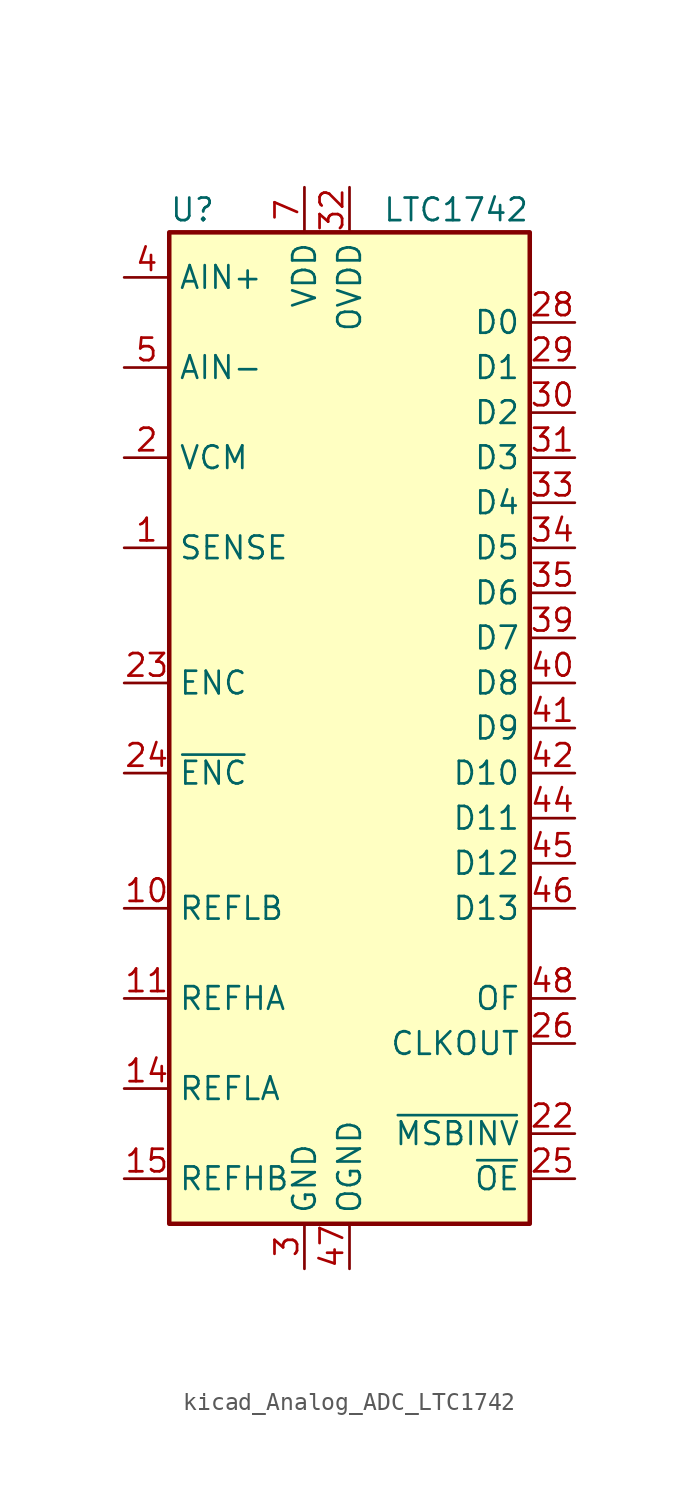
<source format=kicad_sym>
(kicad_symbol_lib
  (version 20220914)
  (generator kicad_symbol_editor)
  (symbol "kicad_Analog_ADC_LTC1742"
    (property "Reference" "U"
      (at -10.16 29.21 0)
      (effects (font (size 1.27 1.27)) (justify left)))
    (property "Value" "LTC1742"
      (at 10.16 29.21 0)
      (effects (font (size 1.27 1.27)) (justify right)))
    (symbol "kicad_Analog_ADC_LTC1742_0_1"
      (rectangle (start -10.16 27.94) (end 10.16 -27.94) (stroke (width 0.254) (type default)) (fill (type background))))
    (symbol "kicad_Analog_ADC_LTC1742_1_1"
      (pin input line (at -12.7 10.16 0) (length 2.54) (name "SENSE" (effects (font (size 1.27 1.27)))) (number "1" (effects (font (size 1.27 1.27)))))
      (pin passive line (at -12.7 -10.16 0) (length 2.54) (name "REFLB" (effects (font (size 1.27 1.27)))) (number "10" (effects (font (size 1.27 1.27)))))
      (pin passive line (at -12.7 -15.24 0) (length 2.54) (name "REFHA" (effects (font (size 1.27 1.27)))) (number "11" (effects (font (size 1.27 1.27)))))
      (pin passive line (at -2.54 -30.48 90) (length 2.54) hide (name "GND" (effects (font (size 1.27 1.27)))) (number "12" (effects (font (size 1.27 1.27)))))
      (pin passive line (at -2.54 -30.48 90) (length 2.54) hide (name "GND" (effects (font (size 1.27 1.27)))) (number "13" (effects (font (size 1.27 1.27)))))
      (pin passive line (at -12.7 -20.32 0) (length 2.54) (name "REFLA" (effects (font (size 1.27 1.27)))) (number "14" (effects (font (size 1.27 1.27)))))
      (pin passive line (at -12.7 -25.4 0) (length 2.54) (name "REFHB" (effects (font (size 1.27 1.27)))) (number "15" (effects (font (size 1.27 1.27)))))
      (pin passive line (at -2.54 -30.48 90) (length 2.54) hide (name "GND" (effects (font (size 1.27 1.27)))) (number "16" (effects (font (size 1.27 1.27)))))
      (pin passive line (at -2.54 30.48 270) (length 2.54) hide (name "VDD" (effects (font (size 1.27 1.27)))) (number "17" (effects (font (size 1.27 1.27)))))
      (pin passive line (at -2.54 30.48 270) (length 2.54) hide (name "VDD" (effects (font (size 1.27 1.27)))) (number "18" (effects (font (size 1.27 1.27)))))
      (pin passive line (at -2.54 -30.48 90) (length 2.54) hide (name "GND" (effects (font (size 1.27 1.27)))) (number "19" (effects (font (size 1.27 1.27)))))
      (pin output line (at -12.7 15.24 0) (length 2.54) (name "VCM" (effects (font (size 1.27 1.27)))) (number "2" (effects (font (size 1.27 1.27)))))
      (pin passive line (at -2.54 30.48 270) (length 2.54) hide (name "VDD" (effects (font (size 1.27 1.27)))) (number "20" (effects (font (size 1.27 1.27)))))
      (pin passive line (at -2.54 -30.48 90) (length 2.54) hide (name "GND" (effects (font (size 1.27 1.27)))) (number "21" (effects (font (size 1.27 1.27)))))
      (pin input line (at 12.7 -22.86 180) (length 2.54) (name "~{MSBINV}" (effects (font (size 1.27 1.27)))) (number "22" (effects (font (size 1.27 1.27)))))
      (pin input line (at -12.7 2.54 0) (length 2.54) (name "ENC" (effects (font (size 1.27 1.27)))) (number "23" (effects (font (size 1.27 1.27)))))
      (pin input line (at -12.7 -2.54 0) (length 2.54) (name "~{ENC}" (effects (font (size 1.27 1.27)))) (number "24" (effects (font (size 1.27 1.27)))))
      (pin input line (at 12.7 -25.4 180) (length 2.54) (name "~{OE}" (effects (font (size 1.27 1.27)))) (number "25" (effects (font (size 1.27 1.27)))))
      (pin output line (at 12.7 -17.78 180) (length 2.54) (name "CLKOUT" (effects (font (size 1.27 1.27)))) (number "26" (effects (font (size 1.27 1.27)))))
      (pin passive line (at 0 -30.48 90) (length 2.54) hide (name "OGND" (effects (font (size 1.27 1.27)))) (number "27" (effects (font (size 1.27 1.27)))))
      (pin output line (at 12.7 22.86 180) (length 2.54) (name "D0" (effects (font (size 1.27 1.27)))) (number "28" (effects (font (size 1.27 1.27)))))
      (pin output line (at 12.7 20.32 180) (length 2.54) (name "D1" (effects (font (size 1.27 1.27)))) (number "29" (effects (font (size 1.27 1.27)))))
      (pin power_in line (at -2.54 -30.48 90) (length 2.54) (name "GND" (effects (font (size 1.27 1.27)))) (number "3" (effects (font (size 1.27 1.27)))))
      (pin output line (at 12.7 17.78 180) (length 2.54) (name "D2" (effects (font (size 1.27 1.27)))) (number "30" (effects (font (size 1.27 1.27)))))
      (pin output line (at 12.7 15.24 180) (length 2.54) (name "D3" (effects (font (size 1.27 1.27)))) (number "31" (effects (font (size 1.27 1.27)))))
      (pin power_in line (at 0 30.48 270) (length 2.54) (name "OVDD" (effects (font (size 1.27 1.27)))) (number "32" (effects (font (size 1.27 1.27)))))
      (pin output line (at 12.7 12.7 180) (length 2.54) (name "D4" (effects (font (size 1.27 1.27)))) (number "33" (effects (font (size 1.27 1.27)))))
      (pin output line (at 12.7 10.16 180) (length 2.54) (name "D5" (effects (font (size 1.27 1.27)))) (number "34" (effects (font (size 1.27 1.27)))))
      (pin output line (at 12.7 7.62 180) (length 2.54) (name "D6" (effects (font (size 1.27 1.27)))) (number "35" (effects (font (size 1.27 1.27)))))
      (pin passive line (at -2.54 -30.48 90) (length 2.54) hide (name "GND" (effects (font (size 1.27 1.27)))) (number "36" (effects (font (size 1.27 1.27)))))
      (pin passive line (at -2.54 -30.48 90) (length 2.54) hide (name "GND" (effects (font (size 1.27 1.27)))) (number "37" (effects (font (size 1.27 1.27)))))
      (pin passive line (at 0 -30.48 90) (length 2.54) hide (name "OGND" (effects (font (size 1.27 1.27)))) (number "38" (effects (font (size 1.27 1.27)))))
      (pin output line (at 12.7 5.08 180) (length 2.54) (name "D7" (effects (font (size 1.27 1.27)))) (number "39" (effects (font (size 1.27 1.27)))))
      (pin input line (at -12.7 25.4 0) (length 2.54) (name "AIN+" (effects (font (size 1.27 1.27)))) (number "4" (effects (font (size 1.27 1.27)))))
      (pin output line (at 12.7 2.54 180) (length 2.54) (name "D8" (effects (font (size 1.27 1.27)))) (number "40" (effects (font (size 1.27 1.27)))))
      (pin output line (at 12.7 0 180) (length 2.54) (name "D9" (effects (font (size 1.27 1.27)))) (number "41" (effects (font (size 1.27 1.27)))))
      (pin output line (at 12.7 -2.54 180) (length 2.54) (name "D10" (effects (font (size 1.27 1.27)))) (number "42" (effects (font (size 1.27 1.27)))))
      (pin passive line (at 0 30.48 270) (length 2.54) hide (name "OVDD" (effects (font (size 1.27 1.27)))) (number "43" (effects (font (size 1.27 1.27)))))
      (pin output line (at 12.7 -5.08 180) (length 2.54) (name "D11" (effects (font (size 1.27 1.27)))) (number "44" (effects (font (size 1.27 1.27)))))
      (pin output line (at 12.7 -7.62 180) (length 2.54) (name "D12" (effects (font (size 1.27 1.27)))) (number "45" (effects (font (size 1.27 1.27)))))
      (pin output line (at 12.7 -10.16 180) (length 2.54) (name "D13" (effects (font (size 1.27 1.27)))) (number "46" (effects (font (size 1.27 1.27)))))
      (pin power_in line (at 0 -30.48 90) (length 2.54) (name "OGND" (effects (font (size 1.27 1.27)))) (number "47" (effects (font (size 1.27 1.27)))))
      (pin output line (at 12.7 -15.24 180) (length 2.54) (name "OF" (effects (font (size 1.27 1.27)))) (number "48" (effects (font (size 1.27 1.27)))))
      (pin input line (at -12.7 20.32 0) (length 2.54) (name "AIN-" (effects (font (size 1.27 1.27)))) (number "5" (effects (font (size 1.27 1.27)))))
      (pin passive line (at -2.54 -30.48 90) (length 2.54) hide (name "GND" (effects (font (size 1.27 1.27)))) (number "6" (effects (font (size 1.27 1.27)))))
      (pin power_in line (at -2.54 30.48 270) (length 2.54) (name "VDD" (effects (font (size 1.27 1.27)))) (number "7" (effects (font (size 1.27 1.27)))))
      (pin passive line (at -2.54 30.48 270) (length 2.54) hide (name "VDD" (effects (font (size 1.27 1.27)))) (number "8" (effects (font (size 1.27 1.27)))))
      (pin passive line (at -2.54 -30.48 90) (length 2.54) hide (name "GND" (effects (font (size 1.27 1.27)))) (number "9" (effects (font (size 1.27 1.27))))))))
</source>
